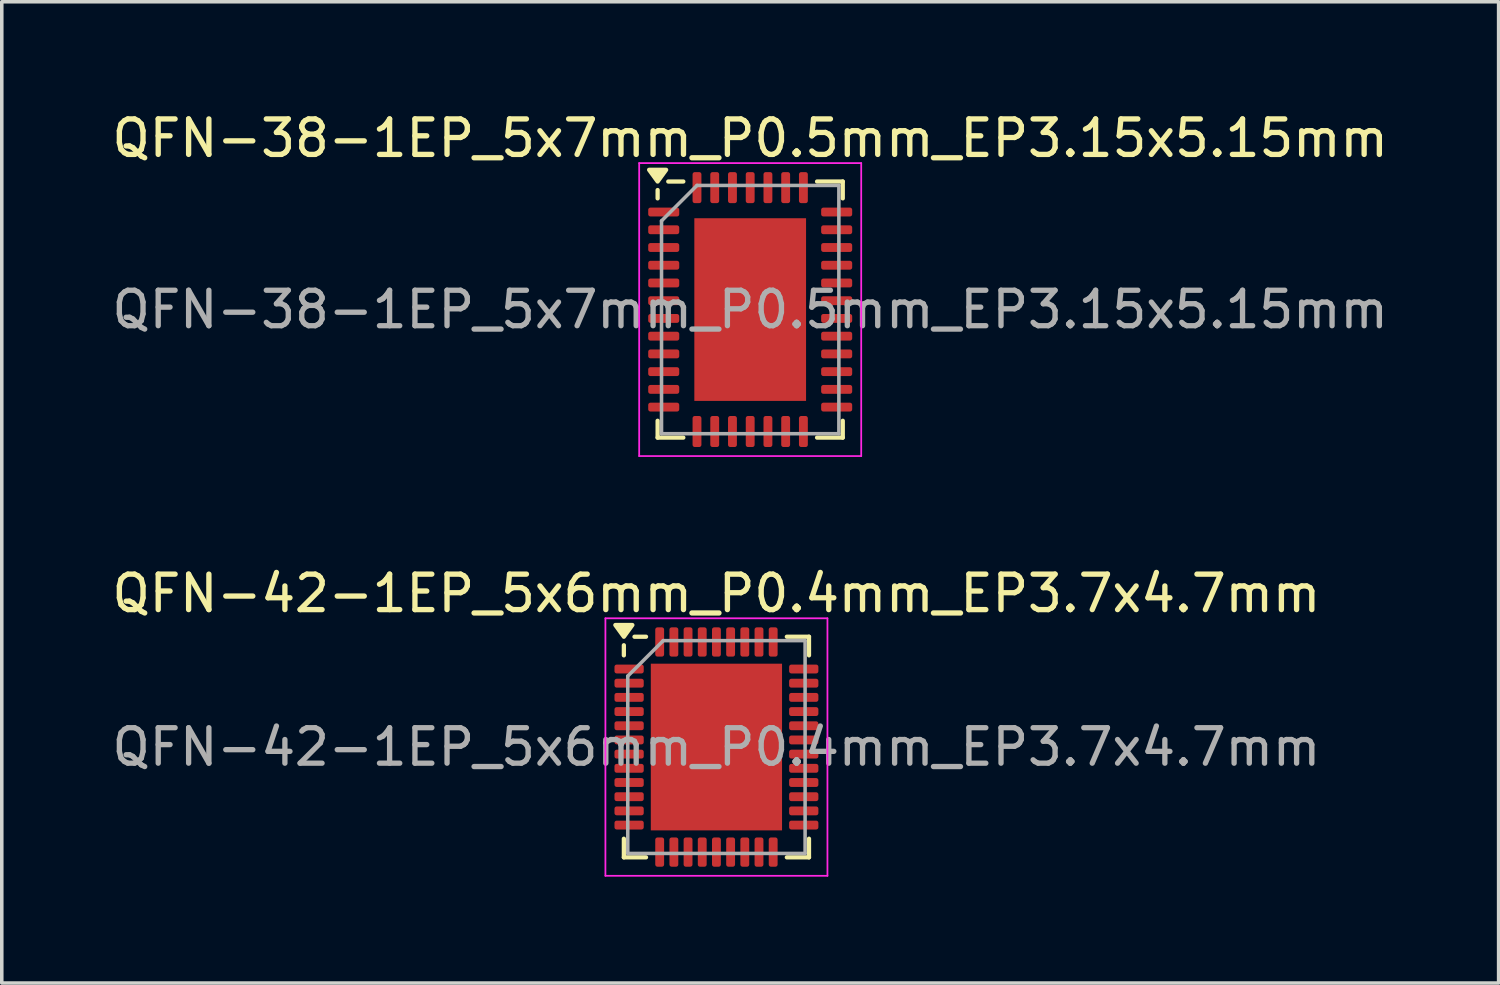
<source format=kicad_pcb>
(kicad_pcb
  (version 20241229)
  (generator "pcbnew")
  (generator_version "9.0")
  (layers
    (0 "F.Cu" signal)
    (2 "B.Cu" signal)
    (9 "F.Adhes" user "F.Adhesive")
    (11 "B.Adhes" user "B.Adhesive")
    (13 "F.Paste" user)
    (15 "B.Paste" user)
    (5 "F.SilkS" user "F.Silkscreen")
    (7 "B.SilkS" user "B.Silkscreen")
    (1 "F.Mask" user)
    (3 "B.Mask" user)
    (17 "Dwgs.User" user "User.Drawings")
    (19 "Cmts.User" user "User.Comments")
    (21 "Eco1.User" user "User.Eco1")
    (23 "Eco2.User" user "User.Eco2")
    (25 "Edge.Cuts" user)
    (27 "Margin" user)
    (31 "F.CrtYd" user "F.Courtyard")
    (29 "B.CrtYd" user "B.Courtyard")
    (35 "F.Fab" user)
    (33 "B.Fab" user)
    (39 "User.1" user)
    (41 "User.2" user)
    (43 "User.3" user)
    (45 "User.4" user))
  (footprint "QFN-42-1EP_5x6mm_P0.4mm_EP3.7x4.7mm"
    (layer "F.Cu")
    (at 17.149 18.012)
    (property "Reference" "QFN-42-1EP_5x6mm_P0.4mm_EP3.7x4.7mm" (at 0 -4.33 0) (layer "F.SilkS") (effects (font (size 1 1) (thickness 0.15))))
    (attr smd)
    (fp_line (start -2.61 -2.585) (end -2.61 -2.87) (stroke (width 0.12) (type solid)) (layer "F.SilkS"))
    (fp_line (start -2.61 3.11) (end -2.61 2.585) (stroke (width 0.12) (type solid)) (layer "F.SilkS"))
    (fp_line (start -1.985 -3.11) (end -2.31 -3.11) (stroke (width 0.12) (type solid)) (layer "F.SilkS"))
    (fp_line (start -1.985 3.11) (end -2.61 3.11) (stroke (width 0.12) (type solid)) (layer "F.SilkS"))
    (fp_line (start 1.985 -3.11) (end 2.61 -3.11) (stroke (width 0.12) (type solid)) (layer "F.SilkS"))
    (fp_line (start 1.985 3.11) (end 2.61 3.11) (stroke (width 0.12) (type solid)) (layer "F.SilkS"))
    (fp_line (start 2.61 -3.11) (end 2.61 -2.585) (stroke (width 0.12) (type solid)) (layer "F.SilkS"))
    (fp_line (start 2.61 3.11) (end 2.61 2.585) (stroke (width 0.12) (type solid)) (layer "F.SilkS"))
    (fp_poly (pts (xy -2.61 -3.11) (xy -2.85 -3.44) (xy -2.37 -3.44) (xy -2.61 -3.11)) (stroke (width 0.12) (type solid)) (fill yes) (layer "F.SilkS"))
    (fp_line (start -3.13 -3.63) (end -3.13 3.63) (stroke (width 0.05) (type solid)) (layer "F.CrtYd"))
    (fp_line (start -3.13 3.63) (end 3.13 3.63) (stroke (width 0.05) (type solid)) (layer "F.CrtYd"))
    (fp_line (start 3.13 -3.63) (end -3.13 -3.63) (stroke (width 0.05) (type solid)) (layer "F.CrtYd"))
    (fp_line (start 3.13 3.63) (end 3.13 -3.63) (stroke (width 0.05) (type solid)) (layer "F.CrtYd"))
    (fp_line (start -2.5 -2) (end -1.5 -3) (stroke (width 0.1) (type solid)) (layer "F.Fab"))
    (fp_line (start -2.5 3) (end -2.5 -2) (stroke (width 0.1) (type solid)) (layer "F.Fab"))
    (fp_line (start -1.5 -3) (end 2.5 -3) (stroke (width 0.1) (type solid)) (layer "F.Fab"))
    (fp_line (start 2.5 -3) (end 2.5 3) (stroke (width 0.1) (type solid)) (layer "F.Fab"))
    (fp_line (start 2.5 3) (end -2.5 3) (stroke (width 0.1) (type solid)) (layer "F.Fab"))
    (fp_text user "${REFERENCE}" (at 0 0 0) (layer "F.Fab") (effects (font (size 1 1) (thickness 0.15))))
    (pad "" smd roundrect (at -1.23 -1.77) (size 0.99 0.95) (layers "F.Paste") (roundrect_rratio 0.25))
    (pad "" smd roundrect (at -1.23 -0.59) (size 0.99 0.95) (layers "F.Paste") (roundrect_rratio 0.25))
    (pad "" smd roundrect (at -1.23 0.59) (size 0.99 0.95) (layers "F.Paste") (roundrect_rratio 0.25))
    (pad "" smd roundrect (at -1.23 1.77) (size 0.99 0.95) (layers "F.Paste") (roundrect_rratio 0.25))
    (pad "" smd roundrect (at 0 -1.77) (size 0.99 0.95) (layers "F.Paste") (roundrect_rratio 0.25))
    (pad "" smd roundrect (at 0 -0.59) (size 0.99 0.95) (layers "F.Paste") (roundrect_rratio 0.25))
    (pad "" smd roundrect (at 0 0.59) (size 0.99 0.95) (layers "F.Paste") (roundrect_rratio 0.25))
    (pad "" smd roundrect (at 0 1.77) (size 0.99 0.95) (layers "F.Paste") (roundrect_rratio 0.25))
    (pad "" smd roundrect (at 1.23 -1.77) (size 0.99 0.95) (layers "F.Paste") (roundrect_rratio 0.25))
    (pad "" smd roundrect (at 1.23 -0.59) (size 0.99 0.95) (layers "F.Paste") (roundrect_rratio 0.25))
    (pad "" smd roundrect (at 1.23 0.59) (size 0.99 0.95) (layers "F.Paste") (roundrect_rratio 0.25))
    (pad "" smd roundrect (at 1.23 1.77) (size 0.99 0.95) (layers "F.Paste") (roundrect_rratio 0.25))
    (pad "1" smd roundrect (at -2.462 -2.2) (size 0.825 0.25) (layers "F.Cu" "F.Mask" "F.Paste") (roundrect_rratio 0.25))
    (pad "2" smd roundrect (at -2.462 -1.8) (size 0.825 0.25) (layers "F.Cu" "F.Mask" "F.Paste") (roundrect_rratio 0.25))
    (pad "3" smd roundrect (at -2.462 -1.4) (size 0.825 0.25) (layers "F.Cu" "F.Mask" "F.Paste") (roundrect_rratio 0.25))
    (pad "4" smd roundrect (at -2.462 -1) (size 0.825 0.25) (layers "F.Cu" "F.Mask" "F.Paste") (roundrect_rratio 0.25))
    (pad "5" smd roundrect (at -2.462 -0.6) (size 0.825 0.25) (layers "F.Cu" "F.Mask" "F.Paste") (roundrect_rratio 0.25))
    (pad "6" smd roundrect (at -2.462 -0.2) (size 0.825 0.25) (layers "F.Cu" "F.Mask" "F.Paste") (roundrect_rratio 0.25))
    (pad "7" smd roundrect (at -2.462 0.2) (size 0.825 0.25) (layers "F.Cu" "F.Mask" "F.Paste") (roundrect_rratio 0.25))
    (pad "8" smd roundrect (at -2.462 0.6) (size 0.825 0.25) (layers "F.Cu" "F.Mask" "F.Paste") (roundrect_rratio 0.25))
    (pad "9" smd roundrect (at -2.462 1) (size 0.825 0.25) (layers "F.Cu" "F.Mask" "F.Paste") (roundrect_rratio 0.25))
    (pad "10" smd roundrect (at -2.462 1.4) (size 0.825 0.25) (layers "F.Cu" "F.Mask" "F.Paste") (roundrect_rratio 0.25))
    (pad "11" smd roundrect (at -2.462 1.8) (size 0.825 0.25) (layers "F.Cu" "F.Mask" "F.Paste") (roundrect_rratio 0.25))
    (pad "12" smd roundrect (at -2.462 2.2) (size 0.825 0.25) (layers "F.Cu" "F.Mask" "F.Paste") (roundrect_rratio 0.25))
    (pad "13" smd roundrect (at -1.6 2.962) (size 0.25 0.825) (layers "F.Cu" "F.Mask" "F.Paste") (roundrect_rratio 0.25))
    (pad "14" smd roundrect (at -1.2 2.962) (size 0.25 0.825) (layers "F.Cu" "F.Mask" "F.Paste") (roundrect_rratio 0.25))
    (pad "15" smd roundrect (at -0.8 2.962) (size 0.25 0.825) (layers "F.Cu" "F.Mask" "F.Paste") (roundrect_rratio 0.25))
    (pad "16" smd roundrect (at -0.4 2.962) (size 0.25 0.825) (layers "F.Cu" "F.Mask" "F.Paste") (roundrect_rratio 0.25))
    (pad "17" smd roundrect (at 0 2.962) (size 0.25 0.825) (layers "F.Cu" "F.Mask" "F.Paste") (roundrect_rratio 0.25))
    (pad "18" smd roundrect (at 0.4 2.962) (size 0.25 0.825) (layers "F.Cu" "F.Mask" "F.Paste") (roundrect_rratio 0.25))
    (pad "19" smd roundrect (at 0.8 2.962) (size 0.25 0.825) (layers "F.Cu" "F.Mask" "F.Paste") (roundrect_rratio 0.25))
    (pad "20" smd roundrect (at 1.2 2.962) (size 0.25 0.825) (layers "F.Cu" "F.Mask" "F.Paste") (roundrect_rratio 0.25))
    (pad "21" smd roundrect (at 1.6 2.962) (size 0.25 0.825) (layers "F.Cu" "F.Mask" "F.Paste") (roundrect_rratio 0.25))
    (pad "22" smd roundrect (at 2.462 2.2) (size 0.825 0.25) (layers "F.Cu" "F.Mask" "F.Paste") (roundrect_rratio 0.25))
    (pad "23" smd roundrect (at 2.462 1.8) (size 0.825 0.25) (layers "F.Cu" "F.Mask" "F.Paste") (roundrect_rratio 0.25))
    (pad "24" smd roundrect (at 2.462 1.4) (size 0.825 0.25) (layers "F.Cu" "F.Mask" "F.Paste") (roundrect_rratio 0.25))
    (pad "25" smd roundrect (at 2.462 1) (size 0.825 0.25) (layers "F.Cu" "F.Mask" "F.Paste") (roundrect_rratio 0.25))
    (pad "26" smd roundrect (at 2.462 0.6) (size 0.825 0.25) (layers "F.Cu" "F.Mask" "F.Paste") (roundrect_rratio 0.25))
    (pad "27" smd roundrect (at 2.462 0.2) (size 0.825 0.25) (layers "F.Cu" "F.Mask" "F.Paste") (roundrect_rratio 0.25))
    (pad "28" smd roundrect (at 2.462 -0.2) (size 0.825 0.25) (layers "F.Cu" "F.Mask" "F.Paste") (roundrect_rratio 0.25))
    (pad "29" smd roundrect (at 2.462 -0.6) (size 0.825 0.25) (layers "F.Cu" "F.Mask" "F.Paste") (roundrect_rratio 0.25))
    (pad "30" smd roundrect (at 2.462 -1) (size 0.825 0.25) (layers "F.Cu" "F.Mask" "F.Paste") (roundrect_rratio 0.25))
    (pad "31" smd roundrect (at 2.462 -1.4) (size 0.825 0.25) (layers "F.Cu" "F.Mask" "F.Paste") (roundrect_rratio 0.25))
    (pad "32" smd roundrect (at 2.462 -1.8) (size 0.825 0.25) (layers "F.Cu" "F.Mask" "F.Paste") (roundrect_rratio 0.25))
    (pad "33" smd roundrect (at 2.462 -2.2) (size 0.825 0.25) (layers "F.Cu" "F.Mask" "F.Paste") (roundrect_rratio 0.25))
    (pad "34" smd roundrect (at 1.6 -2.962) (size 0.25 0.825) (layers "F.Cu" "F.Mask" "F.Paste") (roundrect_rratio 0.25))
    (pad "35" smd roundrect (at 1.2 -2.962) (size 0.25 0.825) (layers "F.Cu" "F.Mask" "F.Paste") (roundrect_rratio 0.25))
    (pad "36" smd roundrect (at 0.8 -2.962) (size 0.25 0.825) (layers "F.Cu" "F.Mask" "F.Paste") (roundrect_rratio 0.25))
    (pad "37" smd roundrect (at 0.4 -2.962) (size 0.25 0.825) (layers "F.Cu" "F.Mask" "F.Paste") (roundrect_rratio 0.25))
    (pad "38" smd roundrect (at 0 -2.962) (size 0.25 0.825) (layers "F.Cu" "F.Mask" "F.Paste") (roundrect_rratio 0.25))
    (pad "39" smd roundrect (at -0.4 -2.962) (size 0.25 0.825) (layers "F.Cu" "F.Mask" "F.Paste") (roundrect_rratio 0.25))
    (pad "40" smd roundrect (at -0.8 -2.962) (size 0.25 0.825) (layers "F.Cu" "F.Mask" "F.Paste") (roundrect_rratio 0.25))
    (pad "41" smd roundrect (at -1.2 -2.962) (size 0.25 0.825) (layers "F.Cu" "F.Mask" "F.Paste") (roundrect_rratio 0.25))
    (pad "42" smd roundrect (at -1.6 -2.962) (size 0.25 0.825) (layers "F.Cu" "F.Mask" "F.Paste") (roundrect_rratio 0.25))
    (pad "43" smd rect (at 0 0) (size 3.7 4.7) (property pad_prop_heatsink) (layers "F.Cu" "F.Mask")))
  (footprint "QFN-38-1EP_5x7mm_P0.5mm_EP3.15x5.15mm"
    (layer "F.Cu")
    (at 18.101 5.678)
    (property "Reference" "QFN-38-1EP_5x7mm_P0.5mm_EP3.15x5.15mm" (at 0 -4.83 0) (layer "F.SilkS") (effects (font (size 1 1) (thickness 0.15))))
    (attr smd)
    (fp_line (start -2.61 -3.135) (end -2.61 -3.37) (stroke (width 0.12) (type solid)) (layer "F.SilkS"))
    (fp_line (start -2.61 3.61) (end -2.61 3.135) (stroke (width 0.12) (type solid)) (layer "F.SilkS"))
    (fp_line (start -1.885 -3.61) (end -2.31 -3.61) (stroke (width 0.12) (type solid)) (layer "F.SilkS"))
    (fp_line (start -1.885 3.61) (end -2.61 3.61) (stroke (width 0.12) (type solid)) (layer "F.SilkS"))
    (fp_line (start 1.885 -3.61) (end 2.61 -3.61) (stroke (width 0.12) (type solid)) (layer "F.SilkS"))
    (fp_line (start 1.885 3.61) (end 2.61 3.61) (stroke (width 0.12) (type solid)) (layer "F.SilkS"))
    (fp_line (start 2.61 -3.61) (end 2.61 -3.135) (stroke (width 0.12) (type solid)) (layer "F.SilkS"))
    (fp_line (start 2.61 3.61) (end 2.61 3.135) (stroke (width 0.12) (type solid)) (layer "F.SilkS"))
    (fp_poly (pts (xy -2.61 -3.61) (xy -2.85 -3.94) (xy -2.37 -3.94) (xy -2.61 -3.61)) (stroke (width 0.12) (type solid)) (fill yes) (layer "F.SilkS"))
    (fp_line (start -3.13 -4.13) (end -3.13 4.13) (stroke (width 0.05) (type solid)) (layer "F.CrtYd"))
    (fp_line (start -3.13 4.13) (end 3.13 4.13) (stroke (width 0.05) (type solid)) (layer "F.CrtYd"))
    (fp_line (start 3.13 -4.13) (end -3.13 -4.13) (stroke (width 0.05) (type solid)) (layer "F.CrtYd"))
    (fp_line (start 3.13 4.13) (end 3.13 -4.13) (stroke (width 0.05) (type solid)) (layer "F.CrtYd"))
    (fp_line (start -2.5 -2.5) (end -1.5 -3.5) (stroke (width 0.1) (type solid)) (layer "F.Fab"))
    (fp_line (start -2.5 3.5) (end -2.5 -2.5) (stroke (width 0.1) (type solid)) (layer "F.Fab"))
    (fp_line (start -1.5 -3.5) (end 2.5 -3.5) (stroke (width 0.1) (type solid)) (layer "F.Fab"))
    (fp_line (start 2.5 -3.5) (end 2.5 3.5) (stroke (width 0.1) (type solid)) (layer "F.Fab"))
    (fp_line (start 2.5 3.5) (end -2.5 3.5) (stroke (width 0.1) (type solid)) (layer "F.Fab"))
    (fp_text user "${REFERENCE}" (at 0 0 0) (layer "F.Fab") (effects (font (size 1 1) (thickness 0.15))))
    (pad "" smd roundrect (at -1.05 -2.06) (size 0.85 0.83) (layers "F.Paste") (roundrect_rratio 0.25))
    (pad "" smd roundrect (at -1.05 -1.03) (size 0.85 0.83) (layers "F.Paste") (roundrect_rratio 0.25))
    (pad "" smd roundrect (at -1.05 0) (size 0.85 0.83) (layers "F.Paste") (roundrect_rratio 0.25))
    (pad "" smd roundrect (at -1.05 1.03) (size 0.85 0.83) (layers "F.Paste") (roundrect_rratio 0.25))
    (pad "" smd roundrect (at -1.05 2.06) (size 0.85 0.83) (layers "F.Paste") (roundrect_rratio 0.25))
    (pad "" smd roundrect (at 0 -2.06) (size 0.85 0.83) (layers "F.Paste") (roundrect_rratio 0.25))
    (pad "" smd roundrect (at 0 -1.03) (size 0.85 0.83) (layers "F.Paste") (roundrect_rratio 0.25))
    (pad "" smd roundrect (at 0 0) (size 0.85 0.83) (layers "F.Paste") (roundrect_rratio 0.25))
    (pad "" smd roundrect (at 0 1.03) (size 0.85 0.83) (layers "F.Paste") (roundrect_rratio 0.25))
    (pad "" smd roundrect (at 0 2.06) (size 0.85 0.83) (layers "F.Paste") (roundrect_rratio 0.25))
    (pad "" smd roundrect (at 1.05 -2.06) (size 0.85 0.83) (layers "F.Paste") (roundrect_rratio 0.25))
    (pad "" smd roundrect (at 1.05 -1.03) (size 0.85 0.83) (layers "F.Paste") (roundrect_rratio 0.25))
    (pad "" smd roundrect (at 1.05 0) (size 0.85 0.83) (layers "F.Paste") (roundrect_rratio 0.25))
    (pad "" smd roundrect (at 1.05 1.03) (size 0.85 0.83) (layers "F.Paste") (roundrect_rratio 0.25))
    (pad "" smd roundrect (at 1.05 2.06) (size 0.85 0.83) (layers "F.Paste") (roundrect_rratio 0.25))
    (pad "1" smd roundrect (at -2.438 -2.75) (size 0.875 0.25) (layers "F.Cu" "F.Mask" "F.Paste") (roundrect_rratio 0.25))
    (pad "2" smd roundrect (at -2.438 -2.25) (size 0.875 0.25) (layers "F.Cu" "F.Mask" "F.Paste") (roundrect_rratio 0.25))
    (pad "3" smd roundrect (at -2.438 -1.75) (size 0.875 0.25) (layers "F.Cu" "F.Mask" "F.Paste") (roundrect_rratio 0.25))
    (pad "4" smd roundrect (at -2.438 -1.25) (size 0.875 0.25) (layers "F.Cu" "F.Mask" "F.Paste") (roundrect_rratio 0.25))
    (pad "5" smd roundrect (at -2.438 -0.75) (size 0.875 0.25) (layers "F.Cu" "F.Mask" "F.Paste") (roundrect_rratio 0.25))
    (pad "6" smd roundrect (at -2.438 -0.25) (size 0.875 0.25) (layers "F.Cu" "F.Mask" "F.Paste") (roundrect_rratio 0.25))
    (pad "7" smd roundrect (at -2.438 0.25) (size 0.875 0.25) (layers "F.Cu" "F.Mask" "F.Paste") (roundrect_rratio 0.25))
    (pad "8" smd roundrect (at -2.438 0.75) (size 0.875 0.25) (layers "F.Cu" "F.Mask" "F.Paste") (roundrect_rratio 0.25))
    (pad "9" smd roundrect (at -2.438 1.25) (size 0.875 0.25) (layers "F.Cu" "F.Mask" "F.Paste") (roundrect_rratio 0.25))
    (pad "10" smd roundrect (at -2.438 1.75) (size 0.875 0.25) (layers "F.Cu" "F.Mask" "F.Paste") (roundrect_rratio 0.25))
    (pad "11" smd roundrect (at -2.438 2.25) (size 0.875 0.25) (layers "F.Cu" "F.Mask" "F.Paste") (roundrect_rratio 0.25))
    (pad "12" smd roundrect (at -2.438 2.75) (size 0.875 0.25) (layers "F.Cu" "F.Mask" "F.Paste") (roundrect_rratio 0.25))
    (pad "13" smd roundrect (at -1.5 3.438) (size 0.25 0.875) (layers "F.Cu" "F.Mask" "F.Paste") (roundrect_rratio 0.25))
    (pad "14" smd roundrect (at -1 3.438) (size 0.25 0.875) (layers "F.Cu" "F.Mask" "F.Paste") (roundrect_rratio 0.25))
    (pad "15" smd roundrect (at -0.5 3.438) (size 0.25 0.875) (layers "F.Cu" "F.Mask" "F.Paste") (roundrect_rratio 0.25))
    (pad "16" smd roundrect (at 0 3.438) (size 0.25 0.875) (layers "F.Cu" "F.Mask" "F.Paste") (roundrect_rratio 0.25))
    (pad "17" smd roundrect (at 0.5 3.438) (size 0.25 0.875) (layers "F.Cu" "F.Mask" "F.Paste") (roundrect_rratio 0.25))
    (pad "18" smd roundrect (at 1 3.438) (size 0.25 0.875) (layers "F.Cu" "F.Mask" "F.Paste") (roundrect_rratio 0.25))
    (pad "19" smd roundrect (at 1.5 3.438) (size 0.25 0.875) (layers "F.Cu" "F.Mask" "F.Paste") (roundrect_rratio 0.25))
    (pad "20" smd roundrect (at 2.438 2.75) (size 0.875 0.25) (layers "F.Cu" "F.Mask" "F.Paste") (roundrect_rratio 0.25))
    (pad "21" smd roundrect (at 2.438 2.25) (size 0.875 0.25) (layers "F.Cu" "F.Mask" "F.Paste") (roundrect_rratio 0.25))
    (pad "22" smd roundrect (at 2.438 1.75) (size 0.875 0.25) (layers "F.Cu" "F.Mask" "F.Paste") (roundrect_rratio 0.25))
    (pad "23" smd roundrect (at 2.438 1.25) (size 0.875 0.25) (layers "F.Cu" "F.Mask" "F.Paste") (roundrect_rratio 0.25))
    (pad "24" smd roundrect (at 2.438 0.75) (size 0.875 0.25) (layers "F.Cu" "F.Mask" "F.Paste") (roundrect_rratio 0.25))
    (pad "25" smd roundrect (at 2.438 0.25) (size 0.875 0.25) (layers "F.Cu" "F.Mask" "F.Paste") (roundrect_rratio 0.25))
    (pad "26" smd roundrect (at 2.438 -0.25) (size 0.875 0.25) (layers "F.Cu" "F.Mask" "F.Paste") (roundrect_rratio 0.25))
    (pad "27" smd roundrect (at 2.438 -0.75) (size 0.875 0.25) (layers "F.Cu" "F.Mask" "F.Paste") (roundrect_rratio 0.25))
    (pad "28" smd roundrect (at 2.438 -1.25) (size 0.875 0.25) (layers "F.Cu" "F.Mask" "F.Paste") (roundrect_rratio 0.25))
    (pad "29" smd roundrect (at 2.438 -1.75) (size 0.875 0.25) (layers "F.Cu" "F.Mask" "F.Paste") (roundrect_rratio 0.25))
    (pad "30" smd roundrect (at 2.438 -2.25) (size 0.875 0.25) (layers "F.Cu" "F.Mask" "F.Paste") (roundrect_rratio 0.25))
    (pad "31" smd roundrect (at 2.438 -2.75) (size 0.875 0.25) (layers "F.Cu" "F.Mask" "F.Paste") (roundrect_rratio 0.25))
    (pad "32" smd roundrect (at 1.5 -3.438) (size 0.25 0.875) (layers "F.Cu" "F.Mask" "F.Paste") (roundrect_rratio 0.25))
    (pad "33" smd roundrect (at 1 -3.438) (size 0.25 0.875) (layers "F.Cu" "F.Mask" "F.Paste") (roundrect_rratio 0.25))
    (pad "34" smd roundrect (at 0.5 -3.438) (size 0.25 0.875) (layers "F.Cu" "F.Mask" "F.Paste") (roundrect_rratio 0.25))
    (pad "35" smd roundrect (at 0 -3.438) (size 0.25 0.875) (layers "F.Cu" "F.Mask" "F.Paste") (roundrect_rratio 0.25))
    (pad "36" smd roundrect (at -0.5 -3.438) (size 0.25 0.875) (layers "F.Cu" "F.Mask" "F.Paste") (roundrect_rratio 0.25))
    (pad "37" smd roundrect (at -1 -3.438) (size 0.25 0.875) (layers "F.Cu" "F.Mask" "F.Paste") (roundrect_rratio 0.25))
    (pad "38" smd roundrect (at -1.5 -3.438) (size 0.25 0.875) (layers "F.Cu" "F.Mask" "F.Paste") (roundrect_rratio 0.25))
    (pad "39" smd rect (at 0 0) (size 3.15 5.15) (property pad_prop_heatsink) (layers "F.Cu" "F.Mask")))
  (gr_rect
    (start -3 -3)
    (end 39.202 24.666)
    (stroke (width 0.1) (type default))
    (fill no)
    (layer "Edge.Cuts")))
</source>
